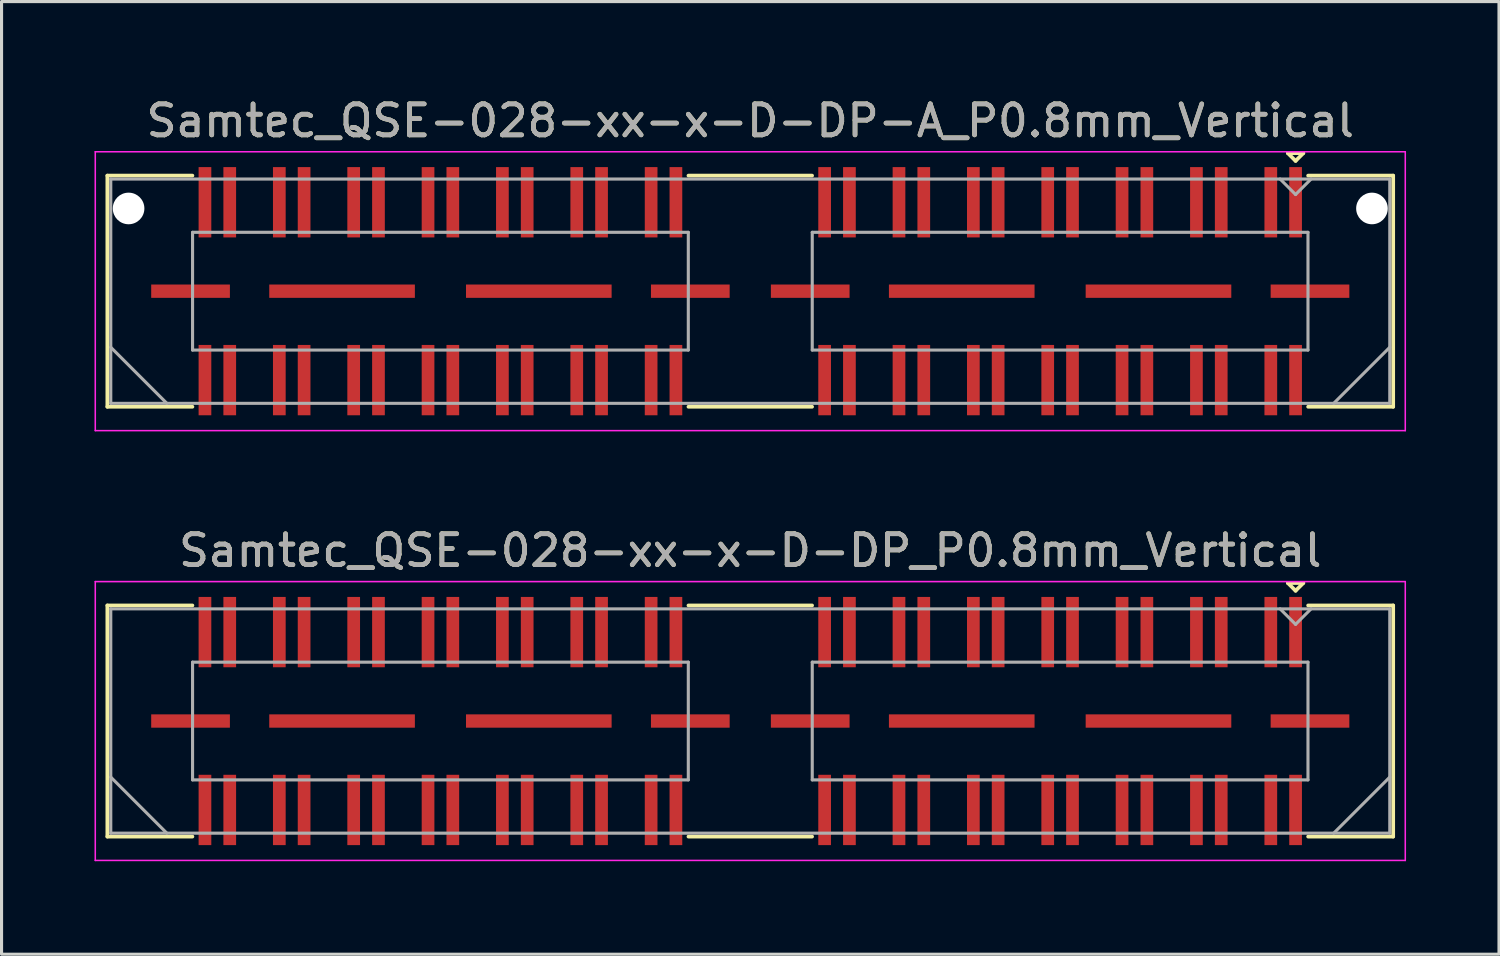
<source format=kicad_pcb>
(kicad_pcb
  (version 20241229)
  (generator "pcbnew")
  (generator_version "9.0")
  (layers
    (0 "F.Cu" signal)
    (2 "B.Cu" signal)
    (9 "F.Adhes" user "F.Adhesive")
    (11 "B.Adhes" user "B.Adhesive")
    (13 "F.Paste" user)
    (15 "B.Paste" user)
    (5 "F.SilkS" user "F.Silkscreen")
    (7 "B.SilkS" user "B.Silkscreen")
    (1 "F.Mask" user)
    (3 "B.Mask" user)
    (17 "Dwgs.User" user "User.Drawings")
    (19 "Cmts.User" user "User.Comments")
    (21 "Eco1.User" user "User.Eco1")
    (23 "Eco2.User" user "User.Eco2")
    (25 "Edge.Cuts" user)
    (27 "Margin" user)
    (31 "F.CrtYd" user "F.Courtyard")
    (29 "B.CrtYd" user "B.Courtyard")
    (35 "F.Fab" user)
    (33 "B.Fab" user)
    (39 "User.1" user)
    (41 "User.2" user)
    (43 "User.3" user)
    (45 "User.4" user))
  (footprint "Samtec_QSE-028-xx-x-D-DP-A_P0.8mm_Vertical"
    (layer "F.Cu")
    (at 21.165 6.348)
    (property "Reference" "Samtec_QSE-028-xx-x-D-DP-A_P0.8mm_Vertical" (at 0 -5.5 0) (layer "F.SilkS") (effects (font (size 1 1) (thickness 0.15))))
    (attr smd)
    (fp_line (start -20.75 -3.73) (end -18.005 -3.73) (stroke (width 0.12) (type solid)) (layer "F.SilkS"))
    (fp_line (start -20.75 3.73) (end -20.75 -3.73) (stroke (width 0.12) (type solid)) (layer "F.SilkS"))
    (fp_line (start -18.005 3.73) (end -20.75 3.73) (stroke (width 0.12) (type solid)) (layer "F.SilkS"))
    (fp_line (start 1.995 -3.73) (end -1.995 -3.73) (stroke (width 0.12) (type solid)) (layer "F.SilkS"))
    (fp_line (start 1.995 3.73) (end -1.995 3.73) (stroke (width 0.12) (type solid)) (layer "F.SilkS"))
    (fp_line (start 17.35 -4.455) (end 17.85 -4.455) (stroke (width 0.12) (type solid)) (layer "F.SilkS"))
    (fp_line (start 17.6 -4.205) (end 17.35 -4.455) (stroke (width 0.12) (type solid)) (layer "F.SilkS"))
    (fp_line (start 17.85 -4.455) (end 17.6 -4.205) (stroke (width 0.12) (type solid)) (layer "F.SilkS"))
    (fp_line (start 18.005 3.73) (end 20.75 3.73) (stroke (width 0.12) (type solid)) (layer "F.SilkS"))
    (fp_line (start 20.75 -3.73) (end 18.005 -3.73) (stroke (width 0.12) (type solid)) (layer "F.SilkS"))
    (fp_line (start 20.75 3.73) (end 20.75 -3.73) (stroke (width 0.12) (type solid)) (layer "F.SilkS"))
    (fp_line (start -21.14 -4.5) (end -21.14 4.5) (stroke (width 0.05) (type solid)) (layer "F.CrtYd"))
    (fp_line (start -21.14 4.5) (end 21.14 4.5) (stroke (width 0.05) (type solid)) (layer "F.CrtYd"))
    (fp_line (start 21.14 -4.5) (end -21.14 -4.5) (stroke (width 0.05) (type solid)) (layer "F.CrtYd"))
    (fp_line (start 21.14 4.5) (end 21.14 -4.5) (stroke (width 0.05) (type solid)) (layer "F.CrtYd"))
    (fp_line (start -20.64 -3.62) (end -20.64 3.62) (stroke (width 0.1) (type solid)) (layer "F.Fab"))
    (fp_line (start -20.64 1.81) (end -18.83 3.62) (stroke (width 0.1) (type solid)) (layer "F.Fab"))
    (fp_line (start -20.64 3.62) (end 20.64 3.62) (stroke (width 0.1) (type solid)) (layer "F.Fab"))
    (fp_line (start -18 -1.9) (end -18 1.9) (stroke (width 0.1) (type solid)) (layer "F.Fab"))
    (fp_line (start -18 1.9) (end -2 1.9) (stroke (width 0.1) (type solid)) (layer "F.Fab"))
    (fp_line (start -2 -1.9) (end -18 -1.9) (stroke (width 0.1) (type solid)) (layer "F.Fab"))
    (fp_line (start -2 1.9) (end -2 -1.9) (stroke (width 0.1) (type solid)) (layer "F.Fab"))
    (fp_line (start 2 -1.9) (end 2 1.9) (stroke (width 0.1) (type solid)) (layer "F.Fab"))
    (fp_line (start 2 1.9) (end 18 1.9) (stroke (width 0.1) (type solid)) (layer "F.Fab"))
    (fp_line (start 17.6 -3.12) (end 17.1 -3.62) (stroke (width 0.1) (type solid)) (layer "F.Fab"))
    (fp_line (start 18 -1.9) (end 2 -1.9) (stroke (width 0.1) (type solid)) (layer "F.Fab"))
    (fp_line (start 18 1.9) (end 18 -1.9) (stroke (width 0.1) (type solid)) (layer "F.Fab"))
    (fp_line (start 18.1 -3.62) (end 17.6 -3.12) (stroke (width 0.1) (type solid)) (layer "F.Fab"))
    (fp_line (start 20.64 -3.62) (end -20.64 -3.62) (stroke (width 0.1) (type solid)) (layer "F.Fab"))
    (fp_line (start 20.64 1.81) (end 18.83 3.62) (stroke (width 0.1) (type solid)) (layer "F.Fab"))
    (fp_line (start 20.64 3.62) (end 20.64 -3.62) (stroke (width 0.1) (type solid)) (layer "F.Fab"))
    (fp_text user "${REFERENCE}" (at 0 -5.5 0) (layer "F.Fab") (effects (font (size 1 1) (thickness 0.15))))
    (pad "" np_thru_hole circle (at -20.065 -2.67) (size 1.02 1.02) (drill 1.02) (layers "*.Cu" "*.Mask"))
    (pad "" np_thru_hole circle (at 20.065 -2.67) (size 1.02 1.02) (drill 1.02) (layers "*.Cu" "*.Mask"))
    (pad "1" smd rect (at 17.6 -2.87) (size 0.41 2.27) (layers "F.Cu" "F.Mask" "F.Paste"))
    (pad "2" smd rect (at 17.6 2.87) (size 0.41 2.27) (layers "F.Cu" "F.Mask" "F.Paste"))
    (pad "3" smd rect (at 16.8 -2.87) (size 0.41 2.27) (layers "F.Cu" "F.Mask" "F.Paste"))
    (pad "4" smd rect (at 16.8 2.87) (size 0.41 2.27) (layers "F.Cu" "F.Mask" "F.Paste"))
    (pad "5" smd rect (at 15.2 -2.87) (size 0.41 2.27) (layers "F.Cu" "F.Mask" "F.Paste"))
    (pad "6" smd rect (at 15.2 2.87) (size 0.41 2.27) (layers "F.Cu" "F.Mask" "F.Paste"))
    (pad "7" smd rect (at 14.4 -2.87) (size 0.41 2.27) (layers "F.Cu" "F.Mask" "F.Paste"))
    (pad "8" smd rect (at 14.4 2.87) (size 0.41 2.27) (layers "F.Cu" "F.Mask" "F.Paste"))
    (pad "9" smd rect (at 12.8 -2.87) (size 0.41 2.27) (layers "F.Cu" "F.Mask" "F.Paste"))
    (pad "10" smd rect (at 12.8 2.87) (size 0.41 2.27) (layers "F.Cu" "F.Mask" "F.Paste"))
    (pad "11" smd rect (at 12 -2.87) (size 0.41 2.27) (layers "F.Cu" "F.Mask" "F.Paste"))
    (pad "12" smd rect (at 12 2.87) (size 0.41 2.27) (layers "F.Cu" "F.Mask" "F.Paste"))
    (pad "13" smd rect (at 10.4 -2.87) (size 0.41 2.27) (layers "F.Cu" "F.Mask" "F.Paste"))
    (pad "14" smd rect (at 10.4 2.87) (size 0.41 2.27) (layers "F.Cu" "F.Mask" "F.Paste"))
    (pad "15" smd rect (at 9.6 -2.87) (size 0.41 2.27) (layers "F.Cu" "F.Mask" "F.Paste"))
    (pad "16" smd rect (at 9.6 2.87) (size 0.41 2.27) (layers "F.Cu" "F.Mask" "F.Paste"))
    (pad "17" smd rect (at 8 -2.87) (size 0.41 2.27) (layers "F.Cu" "F.Mask" "F.Paste"))
    (pad "18" smd rect (at 8 2.87) (size 0.41 2.27) (layers "F.Cu" "F.Mask" "F.Paste"))
    (pad "19" smd rect (at 7.2 -2.87) (size 0.41 2.27) (layers "F.Cu" "F.Mask" "F.Paste"))
    (pad "20" smd rect (at 7.2 2.87) (size 0.41 2.27) (layers "F.Cu" "F.Mask" "F.Paste"))
    (pad "21" smd rect (at 5.6 -2.87) (size 0.41 2.27) (layers "F.Cu" "F.Mask" "F.Paste"))
    (pad "22" smd rect (at 5.6 2.87) (size 0.41 2.27) (layers "F.Cu" "F.Mask" "F.Paste"))
    (pad "23" smd rect (at 4.8 -2.87) (size 0.41 2.27) (layers "F.Cu" "F.Mask" "F.Paste"))
    (pad "24" smd rect (at 4.8 2.87) (size 0.41 2.27) (layers "F.Cu" "F.Mask" "F.Paste"))
    (pad "25" smd rect (at 3.2 -2.87) (size 0.41 2.27) (layers "F.Cu" "F.Mask" "F.Paste"))
    (pad "26" smd rect (at 3.2 2.87) (size 0.41 2.27) (layers "F.Cu" "F.Mask" "F.Paste"))
    (pad "27" smd rect (at 2.4 -2.87) (size 0.41 2.27) (layers "F.Cu" "F.Mask" "F.Paste"))
    (pad "28" smd rect (at 2.4 2.87) (size 0.41 2.27) (layers "F.Cu" "F.Mask" "F.Paste"))
    (pad "29" smd rect (at -2.4 -2.87) (size 0.41 2.27) (layers "F.Cu" "F.Mask" "F.Paste"))
    (pad "30" smd rect (at -2.4 2.87) (size 0.41 2.27) (layers "F.Cu" "F.Mask" "F.Paste"))
    (pad "31" smd rect (at -3.2 -2.87) (size 0.41 2.27) (layers "F.Cu" "F.Mask" "F.Paste"))
    (pad "32" smd rect (at -3.2 2.87) (size 0.41 2.27) (layers "F.Cu" "F.Mask" "F.Paste"))
    (pad "33" smd rect (at -4.8 -2.87) (size 0.41 2.27) (layers "F.Cu" "F.Mask" "F.Paste"))
    (pad "34" smd rect (at -4.8 2.87) (size 0.41 2.27) (layers "F.Cu" "F.Mask" "F.Paste"))
    (pad "35" smd rect (at -5.6 -2.87) (size 0.41 2.27) (layers "F.Cu" "F.Mask" "F.Paste"))
    (pad "36" smd rect (at -5.6 2.87) (size 0.41 2.27) (layers "F.Cu" "F.Mask" "F.Paste"))
    (pad "37" smd rect (at -7.2 -2.87) (size 0.41 2.27) (layers "F.Cu" "F.Mask" "F.Paste"))
    (pad "38" smd rect (at -7.2 2.87) (size 0.41 2.27) (layers "F.Cu" "F.Mask" "F.Paste"))
    (pad "39" smd rect (at -8 -2.87) (size 0.41 2.27) (layers "F.Cu" "F.Mask" "F.Paste"))
    (pad "40" smd rect (at -8 2.87) (size 0.41 2.27) (layers "F.Cu" "F.Mask" "F.Paste"))
    (pad "41" smd rect (at -9.6 -2.87) (size 0.41 2.27) (layers "F.Cu" "F.Mask" "F.Paste"))
    (pad "42" smd rect (at -9.6 2.87) (size 0.41 2.27) (layers "F.Cu" "F.Mask" "F.Paste"))
    (pad "43" smd rect (at -10.4 -2.87) (size 0.41 2.27) (layers "F.Cu" "F.Mask" "F.Paste"))
    (pad "44" smd rect (at -10.4 2.87) (size 0.41 2.27) (layers "F.Cu" "F.Mask" "F.Paste"))
    (pad "45" smd rect (at -12 -2.87) (size 0.41 2.27) (layers "F.Cu" "F.Mask" "F.Paste"))
    (pad "46" smd rect (at -12 2.87) (size 0.41 2.27) (layers "F.Cu" "F.Mask" "F.Paste"))
    (pad "47" smd rect (at -12.8 -2.87) (size 0.41 2.27) (layers "F.Cu" "F.Mask" "F.Paste"))
    (pad "48" smd rect (at -12.8 2.87) (size 0.41 2.27) (layers "F.Cu" "F.Mask" "F.Paste"))
    (pad "49" smd rect (at -14.4 -2.87) (size 0.41 2.27) (layers "F.Cu" "F.Mask" "F.Paste"))
    (pad "50" smd rect (at -14.4 2.87) (size 0.41 2.27) (layers "F.Cu" "F.Mask" "F.Paste"))
    (pad "51" smd rect (at -15.2 -2.87) (size 0.41 2.27) (layers "F.Cu" "F.Mask" "F.Paste"))
    (pad "52" smd rect (at -15.2 2.87) (size 0.41 2.27) (layers "F.Cu" "F.Mask" "F.Paste"))
    (pad "53" smd rect (at -16.8 -2.87) (size 0.41 2.27) (layers "F.Cu" "F.Mask" "F.Paste"))
    (pad "54" smd rect (at -16.8 2.87) (size 0.41 2.27) (layers "F.Cu" "F.Mask" "F.Paste"))
    (pad "55" smd rect (at -17.6 -2.87) (size 0.41 2.27) (layers "F.Cu" "F.Mask" "F.Paste"))
    (pad "56" smd rect (at -17.6 2.87) (size 0.41 2.27) (layers "F.Cu" "F.Mask" "F.Paste"))
    (pad "P1" smd rect (at 1.935 0) (size 2.54 0.43) (layers "F.Cu" "F.Mask" "F.Paste"))
    (pad "P1" smd rect (at 6.825 0) (size 4.7 0.43) (layers "F.Cu" "F.Mask" "F.Paste"))
    (pad "P1" smd rect (at 13.175 0) (size 4.7 0.43) (layers "F.Cu" "F.Mask" "F.Paste"))
    (pad "P1" smd rect (at 18.065 0) (size 2.54 0.43) (layers "F.Cu" "F.Mask" "F.Paste"))
    (pad "P2" smd rect (at -18.065 0) (size 2.54 0.43) (layers "F.Cu" "F.Mask" "F.Paste"))
    (pad "P2" smd rect (at -13.175 0) (size 4.7 0.43) (layers "F.Cu" "F.Mask" "F.Paste"))
    (pad "P2" smd rect (at -6.825 0) (size 4.7 0.43) (layers "F.Cu" "F.Mask" "F.Paste"))
    (pad "P2" smd rect (at -1.935 0) (size 2.54 0.43) (layers "F.Cu" "F.Mask" "F.Paste")))
  (footprint "Samtec_QSE-028-xx-x-D-DP_P0.8mm_Vertical"
    (layer "F.Cu")
    (at 21.165 20.221)
    (property "Reference" "Samtec_QSE-028-xx-x-D-DP_P0.8mm_Vertical" (at 0 -5.5 0) (layer "F.SilkS") (effects (font (size 1 1) (thickness 0.15))))
    (attr smd)
    (fp_line (start -20.75 -3.73) (end -18.005 -3.73) (stroke (width 0.12) (type solid)) (layer "F.SilkS"))
    (fp_line (start -20.75 3.73) (end -20.75 -3.73) (stroke (width 0.12) (type solid)) (layer "F.SilkS"))
    (fp_line (start -18.005 3.73) (end -20.75 3.73) (stroke (width 0.12) (type solid)) (layer "F.SilkS"))
    (fp_line (start 1.995 -3.73) (end -1.995 -3.73) (stroke (width 0.12) (type solid)) (layer "F.SilkS"))
    (fp_line (start 1.995 3.73) (end -1.995 3.73) (stroke (width 0.12) (type solid)) (layer "F.SilkS"))
    (fp_line (start 17.35 -4.455) (end 17.85 -4.455) (stroke (width 0.12) (type solid)) (layer "F.SilkS"))
    (fp_line (start 17.6 -4.205) (end 17.35 -4.455) (stroke (width 0.12) (type solid)) (layer "F.SilkS"))
    (fp_line (start 17.85 -4.455) (end 17.6 -4.205) (stroke (width 0.12) (type solid)) (layer "F.SilkS"))
    (fp_line (start 18.005 3.73) (end 20.75 3.73) (stroke (width 0.12) (type solid)) (layer "F.SilkS"))
    (fp_line (start 20.75 -3.73) (end 18.005 -3.73) (stroke (width 0.12) (type solid)) (layer "F.SilkS"))
    (fp_line (start 20.75 3.73) (end 20.75 -3.73) (stroke (width 0.12) (type solid)) (layer "F.SilkS"))
    (fp_line (start -21.14 -4.5) (end -21.14 4.5) (stroke (width 0.05) (type solid)) (layer "F.CrtYd"))
    (fp_line (start -21.14 4.5) (end 21.14 4.5) (stroke (width 0.05) (type solid)) (layer "F.CrtYd"))
    (fp_line (start 21.14 -4.5) (end -21.14 -4.5) (stroke (width 0.05) (type solid)) (layer "F.CrtYd"))
    (fp_line (start 21.14 4.5) (end 21.14 -4.5) (stroke (width 0.05) (type solid)) (layer "F.CrtYd"))
    (fp_line (start -20.64 -3.62) (end -20.64 3.62) (stroke (width 0.1) (type solid)) (layer "F.Fab"))
    (fp_line (start -20.64 1.81) (end -18.83 3.62) (stroke (width 0.1) (type solid)) (layer "F.Fab"))
    (fp_line (start -20.64 3.62) (end 20.64 3.62) (stroke (width 0.1) (type solid)) (layer "F.Fab"))
    (fp_line (start -18 -1.9) (end -18 1.9) (stroke (width 0.1) (type solid)) (layer "F.Fab"))
    (fp_line (start -18 1.9) (end -2 1.9) (stroke (width 0.1) (type solid)) (layer "F.Fab"))
    (fp_line (start -2 -1.9) (end -18 -1.9) (stroke (width 0.1) (type solid)) (layer "F.Fab"))
    (fp_line (start -2 1.9) (end -2 -1.9) (stroke (width 0.1) (type solid)) (layer "F.Fab"))
    (fp_line (start 2 -1.9) (end 2 1.9) (stroke (width 0.1) (type solid)) (layer "F.Fab"))
    (fp_line (start 2 1.9) (end 18 1.9) (stroke (width 0.1) (type solid)) (layer "F.Fab"))
    (fp_line (start 17.6 -3.12) (end 17.1 -3.62) (stroke (width 0.1) (type solid)) (layer "F.Fab"))
    (fp_line (start 18 -1.9) (end 2 -1.9) (stroke (width 0.1) (type solid)) (layer "F.Fab"))
    (fp_line (start 18 1.9) (end 18 -1.9) (stroke (width 0.1) (type solid)) (layer "F.Fab"))
    (fp_line (start 18.1 -3.62) (end 17.6 -3.12) (stroke (width 0.1) (type solid)) (layer "F.Fab"))
    (fp_line (start 20.64 -3.62) (end -20.64 -3.62) (stroke (width 0.1) (type solid)) (layer "F.Fab"))
    (fp_line (start 20.64 1.81) (end 18.83 3.62) (stroke (width 0.1) (type solid)) (layer "F.Fab"))
    (fp_line (start 20.64 3.62) (end 20.64 -3.62) (stroke (width 0.1) (type solid)) (layer "F.Fab"))
    (fp_text user "${REFERENCE}" (at 0 -5.5 0) (layer "F.Fab") (effects (font (size 1 1) (thickness 0.15))))
    (pad "1" smd rect (at 17.6 -2.87) (size 0.41 2.27) (layers "F.Cu" "F.Mask" "F.Paste"))
    (pad "2" smd rect (at 17.6 2.87) (size 0.41 2.27) (layers "F.Cu" "F.Mask" "F.Paste"))
    (pad "3" smd rect (at 16.8 -2.87) (size 0.41 2.27) (layers "F.Cu" "F.Mask" "F.Paste"))
    (pad "4" smd rect (at 16.8 2.87) (size 0.41 2.27) (layers "F.Cu" "F.Mask" "F.Paste"))
    (pad "5" smd rect (at 15.2 -2.87) (size 0.41 2.27) (layers "F.Cu" "F.Mask" "F.Paste"))
    (pad "6" smd rect (at 15.2 2.87) (size 0.41 2.27) (layers "F.Cu" "F.Mask" "F.Paste"))
    (pad "7" smd rect (at 14.4 -2.87) (size 0.41 2.27) (layers "F.Cu" "F.Mask" "F.Paste"))
    (pad "8" smd rect (at 14.4 2.87) (size 0.41 2.27) (layers "F.Cu" "F.Mask" "F.Paste"))
    (pad "9" smd rect (at 12.8 -2.87) (size 0.41 2.27) (layers "F.Cu" "F.Mask" "F.Paste"))
    (pad "10" smd rect (at 12.8 2.87) (size 0.41 2.27) (layers "F.Cu" "F.Mask" "F.Paste"))
    (pad "11" smd rect (at 12 -2.87) (size 0.41 2.27) (layers "F.Cu" "F.Mask" "F.Paste"))
    (pad "12" smd rect (at 12 2.87) (size 0.41 2.27) (layers "F.Cu" "F.Mask" "F.Paste"))
    (pad "13" smd rect (at 10.4 -2.87) (size 0.41 2.27) (layers "F.Cu" "F.Mask" "F.Paste"))
    (pad "14" smd rect (at 10.4 2.87) (size 0.41 2.27) (layers "F.Cu" "F.Mask" "F.Paste"))
    (pad "15" smd rect (at 9.6 -2.87) (size 0.41 2.27) (layers "F.Cu" "F.Mask" "F.Paste"))
    (pad "16" smd rect (at 9.6 2.87) (size 0.41 2.27) (layers "F.Cu" "F.Mask" "F.Paste"))
    (pad "17" smd rect (at 8 -2.87) (size 0.41 2.27) (layers "F.Cu" "F.Mask" "F.Paste"))
    (pad "18" smd rect (at 8 2.87) (size 0.41 2.27) (layers "F.Cu" "F.Mask" "F.Paste"))
    (pad "19" smd rect (at 7.2 -2.87) (size 0.41 2.27) (layers "F.Cu" "F.Mask" "F.Paste"))
    (pad "20" smd rect (at 7.2 2.87) (size 0.41 2.27) (layers "F.Cu" "F.Mask" "F.Paste"))
    (pad "21" smd rect (at 5.6 -2.87) (size 0.41 2.27) (layers "F.Cu" "F.Mask" "F.Paste"))
    (pad "22" smd rect (at 5.6 2.87) (size 0.41 2.27) (layers "F.Cu" "F.Mask" "F.Paste"))
    (pad "23" smd rect (at 4.8 -2.87) (size 0.41 2.27) (layers "F.Cu" "F.Mask" "F.Paste"))
    (pad "24" smd rect (at 4.8 2.87) (size 0.41 2.27) (layers "F.Cu" "F.Mask" "F.Paste"))
    (pad "25" smd rect (at 3.2 -2.87) (size 0.41 2.27) (layers "F.Cu" "F.Mask" "F.Paste"))
    (pad "26" smd rect (at 3.2 2.87) (size 0.41 2.27) (layers "F.Cu" "F.Mask" "F.Paste"))
    (pad "27" smd rect (at 2.4 -2.87) (size 0.41 2.27) (layers "F.Cu" "F.Mask" "F.Paste"))
    (pad "28" smd rect (at 2.4 2.87) (size 0.41 2.27) (layers "F.Cu" "F.Mask" "F.Paste"))
    (pad "29" smd rect (at -2.4 -2.87) (size 0.41 2.27) (layers "F.Cu" "F.Mask" "F.Paste"))
    (pad "30" smd rect (at -2.4 2.87) (size 0.41 2.27) (layers "F.Cu" "F.Mask" "F.Paste"))
    (pad "31" smd rect (at -3.2 -2.87) (size 0.41 2.27) (layers "F.Cu" "F.Mask" "F.Paste"))
    (pad "32" smd rect (at -3.2 2.87) (size 0.41 2.27) (layers "F.Cu" "F.Mask" "F.Paste"))
    (pad "33" smd rect (at -4.8 -2.87) (size 0.41 2.27) (layers "F.Cu" "F.Mask" "F.Paste"))
    (pad "34" smd rect (at -4.8 2.87) (size 0.41 2.27) (layers "F.Cu" "F.Mask" "F.Paste"))
    (pad "35" smd rect (at -5.6 -2.87) (size 0.41 2.27) (layers "F.Cu" "F.Mask" "F.Paste"))
    (pad "36" smd rect (at -5.6 2.87) (size 0.41 2.27) (layers "F.Cu" "F.Mask" "F.Paste"))
    (pad "37" smd rect (at -7.2 -2.87) (size 0.41 2.27) (layers "F.Cu" "F.Mask" "F.Paste"))
    (pad "38" smd rect (at -7.2 2.87) (size 0.41 2.27) (layers "F.Cu" "F.Mask" "F.Paste"))
    (pad "39" smd rect (at -8 -2.87) (size 0.41 2.27) (layers "F.Cu" "F.Mask" "F.Paste"))
    (pad "40" smd rect (at -8 2.87) (size 0.41 2.27) (layers "F.Cu" "F.Mask" "F.Paste"))
    (pad "41" smd rect (at -9.6 -2.87) (size 0.41 2.27) (layers "F.Cu" "F.Mask" "F.Paste"))
    (pad "42" smd rect (at -9.6 2.87) (size 0.41 2.27) (layers "F.Cu" "F.Mask" "F.Paste"))
    (pad "43" smd rect (at -10.4 -2.87) (size 0.41 2.27) (layers "F.Cu" "F.Mask" "F.Paste"))
    (pad "44" smd rect (at -10.4 2.87) (size 0.41 2.27) (layers "F.Cu" "F.Mask" "F.Paste"))
    (pad "45" smd rect (at -12 -2.87) (size 0.41 2.27) (layers "F.Cu" "F.Mask" "F.Paste"))
    (pad "46" smd rect (at -12 2.87) (size 0.41 2.27) (layers "F.Cu" "F.Mask" "F.Paste"))
    (pad "47" smd rect (at -12.8 -2.87) (size 0.41 2.27) (layers "F.Cu" "F.Mask" "F.Paste"))
    (pad "48" smd rect (at -12.8 2.87) (size 0.41 2.27) (layers "F.Cu" "F.Mask" "F.Paste"))
    (pad "49" smd rect (at -14.4 -2.87) (size 0.41 2.27) (layers "F.Cu" "F.Mask" "F.Paste"))
    (pad "50" smd rect (at -14.4 2.87) (size 0.41 2.27) (layers "F.Cu" "F.Mask" "F.Paste"))
    (pad "51" smd rect (at -15.2 -2.87) (size 0.41 2.27) (layers "F.Cu" "F.Mask" "F.Paste"))
    (pad "52" smd rect (at -15.2 2.87) (size 0.41 2.27) (layers "F.Cu" "F.Mask" "F.Paste"))
    (pad "53" smd rect (at -16.8 -2.87) (size 0.41 2.27) (layers "F.Cu" "F.Mask" "F.Paste"))
    (pad "54" smd rect (at -16.8 2.87) (size 0.41 2.27) (layers "F.Cu" "F.Mask" "F.Paste"))
    (pad "55" smd rect (at -17.6 -2.87) (size 0.41 2.27) (layers "F.Cu" "F.Mask" "F.Paste"))
    (pad "56" smd rect (at -17.6 2.87) (size 0.41 2.27) (layers "F.Cu" "F.Mask" "F.Paste"))
    (pad "P1" smd rect (at 1.935 0) (size 2.54 0.43) (layers "F.Cu" "F.Mask" "F.Paste"))
    (pad "P1" smd rect (at 6.825 0) (size 4.7 0.43) (layers "F.Cu" "F.Mask" "F.Paste"))
    (pad "P1" smd rect (at 13.175 0) (size 4.7 0.43) (layers "F.Cu" "F.Mask" "F.Paste"))
    (pad "P1" smd rect (at 18.065 0) (size 2.54 0.43) (layers "F.Cu" "F.Mask" "F.Paste"))
    (pad "P2" smd rect (at -18.065 0) (size 2.54 0.43) (layers "F.Cu" "F.Mask" "F.Paste"))
    (pad "P2" smd rect (at -13.175 0) (size 4.7 0.43) (layers "F.Cu" "F.Mask" "F.Paste"))
    (pad "P2" smd rect (at -6.825 0) (size 4.7 0.43) (layers "F.Cu" "F.Mask" "F.Paste"))
    (pad "P2" smd rect (at -1.935 0) (size 2.54 0.43) (layers "F.Cu" "F.Mask" "F.Paste")))
  (gr_rect
    (start -3 -3)
    (end 45.33 27.747)
    (stroke (width 0.1) (type default))
    (fill no)
    (layer "Edge.Cuts")))
</source>
